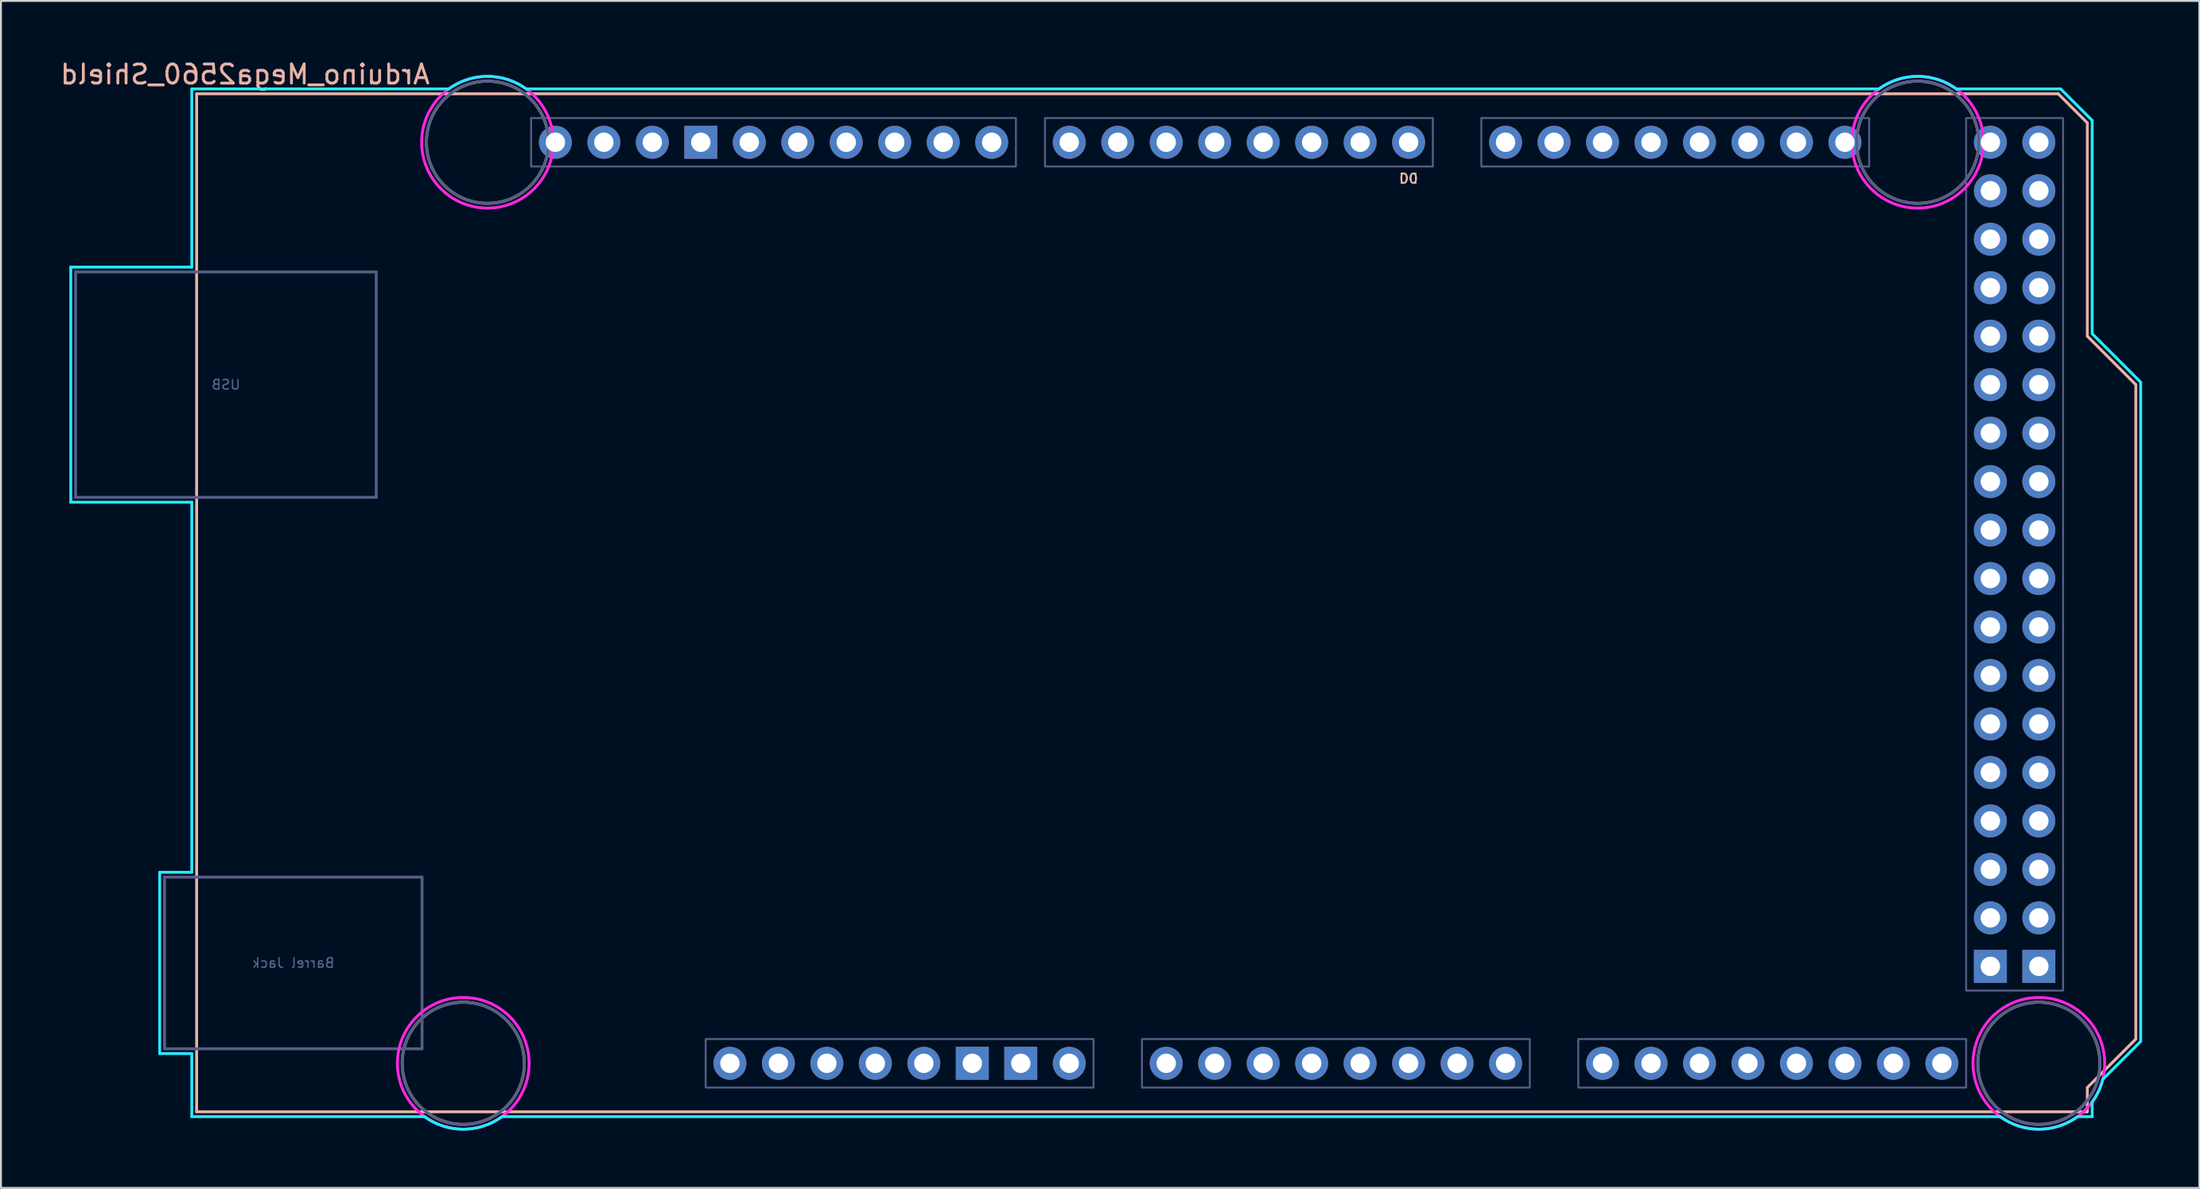
<source format=kicad_pcb>
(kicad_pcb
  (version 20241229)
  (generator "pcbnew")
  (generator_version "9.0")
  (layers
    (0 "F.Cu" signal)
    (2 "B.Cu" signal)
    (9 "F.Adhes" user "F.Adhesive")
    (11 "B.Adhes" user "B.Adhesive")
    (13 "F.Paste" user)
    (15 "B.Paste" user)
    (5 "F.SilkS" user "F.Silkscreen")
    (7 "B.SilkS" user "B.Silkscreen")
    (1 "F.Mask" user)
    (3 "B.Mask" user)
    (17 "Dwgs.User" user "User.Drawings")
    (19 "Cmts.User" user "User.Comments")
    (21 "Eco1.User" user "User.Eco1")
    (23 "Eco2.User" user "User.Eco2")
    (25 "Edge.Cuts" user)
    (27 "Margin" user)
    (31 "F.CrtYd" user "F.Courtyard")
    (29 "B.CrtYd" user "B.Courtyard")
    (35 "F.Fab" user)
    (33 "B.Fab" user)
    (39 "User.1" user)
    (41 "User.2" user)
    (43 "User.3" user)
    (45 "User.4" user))
  (footprint "Arduino_Mega2560_Shield"
    (layer "F.Cu")
    (at 7.252 55.204)
    (property "Reference" "Arduino_Mega2560_Shield" (at 2.54 -54.356 0) (layer "B.SilkS") (effects (font (size 1 1) (thickness 0.15)) (justify mirror)))
    (attr through_hole)
    (fp_line (start 0 -53.34) (end 0 0) (stroke (width 0.15) (type solid)) (layer "B.SilkS"))
    (fp_line (start 0 -53.34) (end 97.536 -53.34) (stroke (width 0.15) (type solid)) (layer "B.SilkS"))
    (fp_line (start 0 0) (end 99.06 0) (stroke (width 0.15) (type solid)) (layer "B.SilkS"))
    (fp_line (start 97.536 -53.34) (end 99.06 -51.816) (stroke (width 0.15) (type solid)) (layer "B.SilkS"))
    (fp_line (start 99.06 -40.64) (end 99.06 -51.816) (stroke (width 0.15) (type solid)) (layer "B.SilkS"))
    (fp_line (start 99.06 -1.27) (end 101.6 -3.81) (stroke (width 0.15) (type solid)) (layer "B.SilkS"))
    (fp_line (start 99.06 0) (end 99.06 -1.27) (stroke (width 0.15) (type solid)) (layer "B.SilkS"))
    (fp_line (start 101.6 -38.1) (end 99.06 -40.64) (stroke (width 0.15) (type solid)) (layer "B.SilkS"))
    (fp_line (start 101.6 -3.81) (end 101.6 -38.1) (stroke (width 0.15) (type solid)) (layer "B.SilkS"))
    (fp_line (start -6.594 -44.258) (end -0.254 -44.258) (stroke (width 0.15) (type solid)) (layer "B.CrtYd"))
    (fp_line (start -6.594 -31.94) (end -6.594 -44.258) (stroke (width 0.15) (type solid)) (layer "B.CrtYd"))
    (fp_line (start -1.934 -12.548) (end -1.934 -3.049) (stroke (width 0.15) (type solid)) (layer "B.CrtYd"))
    (fp_line (start -1.934 -12.548) (end -0.254 -12.548) (stroke (width 0.15) (type solid)) (layer "B.CrtYd"))
    (fp_line (start -1.934 -3.049) (end -0.254 -3.049) (stroke (width 0.15) (type solid)) (layer "B.CrtYd"))
    (fp_line (start -0.254 -53.594) (end -0.254 -44.258) (stroke (width 0.15) (type solid)) (layer "B.CrtYd"))
    (fp_line (start -0.254 -31.94) (end -6.594 -31.94) (stroke (width 0.15) (type solid)) (layer "B.CrtYd"))
    (fp_line (start -0.254 -31.94) (end -0.254 -12.548) (stroke (width 0.15) (type solid)) (layer "B.CrtYd"))
    (fp_line (start -0.254 -3.049) (end -0.254 0.254) (stroke (width 0.15) (type solid)) (layer "B.CrtYd"))
    (fp_line (start 11.938 0.254) (end -0.254 0.254) (stroke (width 0.15) (type solid)) (layer "B.CrtYd"))
    (fp_line (start 13.208 -53.594) (end -0.254 -53.594) (stroke (width 0.15) (type solid)) (layer "B.CrtYd"))
    (fp_line (start 16.002 0.254) (end 94.488 0.254) (stroke (width 0.15) (type solid)) (layer "B.CrtYd"))
    (fp_line (start 17.272 -53.594) (end 88.138 -53.594) (stroke (width 0.15) (type solid)) (layer "B.CrtYd"))
    (fp_line (start 97.663 -53.594) (end 92.202 -53.594) (stroke (width 0.15) (type solid)) (layer "B.CrtYd"))
    (fp_line (start 97.663 -53.594) (end 99.314 -51.943) (stroke (width 0.15) (type solid)) (layer "B.CrtYd"))
    (fp_line (start 99.314 -40.767) (end 99.314 -51.943) (stroke (width 0.15) (type solid)) (layer "B.CrtYd"))
    (fp_line (start 99.314 0.254) (end 98.552 0.254) (stroke (width 0.15) (type solid)) (layer "B.CrtYd"))
    (fp_line (start 99.314 0.254) (end 99.314 -0.508) (stroke (width 0.15) (type solid)) (layer "B.CrtYd"))
    (fp_line (start 99.873 -1.702) (end 101.854 -3.683) (stroke (width 0.15) (type solid)) (layer "B.CrtYd"))
    (fp_line (start 101.854 -38.227) (end 99.314 -40.767) (stroke (width 0.15) (type solid)) (layer "B.CrtYd"))
    (fp_line (start 101.854 -3.683) (end 101.854 -38.227) (stroke (width 0.15) (type solid)) (layer "B.CrtYd"))
    (fp_arc (start 13.208 -53.594) (mid 15.24 -54.254237) (end 17.272 -53.594) (stroke (width 0.15) (type solid)) (layer "B.CrtYd"))
    (fp_arc (start 16.002 0.254) (mid 13.97 0.914237) (end 11.938 0.254) (stroke (width 0.15) (type solid)) (layer "B.CrtYd"))
    (fp_arc (start 88.138 -53.594) (mid 90.17 -54.254237) (end 92.202 -53.594) (stroke (width 0.15) (type solid)) (layer "B.CrtYd"))
    (fp_arc (start 98.552 0.254) (mid 96.52 0.914237) (end 94.488 0.254) (stroke (width 0.15) (type solid)) (layer "B.CrtYd"))
    (fp_arc (start 99.8728 -1.7018) (mid 99.650925 -1.077973) (end 99.314 -0.508) (stroke (width 0.15) (type solid)) (layer "B.CrtYd"))
    (fp_circle (center 13.97 -2.54) (end 17.42 -2.54) (stroke (width 0.15) (type solid)) (fill no) (layer "F.CrtYd"))
    (fp_circle (center 15.24 -50.8) (end 18.69 -50.8) (stroke (width 0.15) (type solid)) (fill no) (layer "F.CrtYd"))
    (fp_circle (center 90.17 -50.8) (end 93.62 -50.8) (stroke (width 0.15) (type solid)) (fill no) (layer "F.CrtYd"))
    (fp_circle (center 96.52 -2.54) (end 99.97 -2.54) (stroke (width 0.15) (type solid)) (fill no) (layer "F.CrtYd"))
    (fp_line (start -6.34 -44.004) (end 9.41 -44.004) (stroke (width 0.15) (type solid)) (layer "B.Fab"))
    (fp_line (start -6.34 -32.194) (end -6.34 -44.004) (stroke (width 0.15) (type solid)) (layer "B.Fab"))
    (fp_line (start -6.34 -32.194) (end 9.41 -32.194) (stroke (width 0.15) (type solid)) (layer "B.Fab"))
    (fp_line (start -1.68 -12.294) (end -1.68 -3.303) (stroke (width 0.15) (type solid)) (layer "B.Fab"))
    (fp_line (start -1.68 -12.294) (end 11.81 -12.294) (stroke (width 0.15) (type solid)) (layer "B.Fab"))
    (fp_line (start -1.68 -3.303) (end 11.81 -3.303) (stroke (width 0.15) (type solid)) (layer "B.Fab"))
    (fp_line (start 9.41 -32.194) (end 9.41 -44.004) (stroke (width 0.15) (type solid)) (layer "B.Fab"))
    (fp_line (start 11.81 -12.294) (end 11.81 -3.303) (stroke (width 0.15) (type solid)) (layer "B.Fab"))
    (fp_rect (start 17.526 -52.07) (end 42.926 -49.53) (stroke (width 0.1) (type solid)) (fill no) (layer "B.Fab"))
    (fp_rect (start 26.67 -3.81) (end 46.99 -1.27) (stroke (width 0.1) (type solid)) (fill no) (layer "B.Fab"))
    (fp_rect (start 44.45 -52.07) (end 64.77 -49.53) (stroke (width 0.1) (type solid)) (fill no) (layer "B.Fab"))
    (fp_rect (start 49.53 -3.81) (end 69.85 -1.27) (stroke (width 0.1) (type solid)) (fill no) (layer "B.Fab"))
    (fp_rect (start 67.31 -52.07) (end 87.63 -49.53) (stroke (width 0.1) (type solid)) (fill no) (layer "B.Fab"))
    (fp_rect (start 72.39 -3.81) (end 92.71 -1.27) (stroke (width 0.1) (type solid)) (fill no) (layer "B.Fab"))
    (fp_rect (start 92.71 -52.07) (end 97.79 -6.35) (stroke (width 0.1) (type solid)) (fill no) (layer "B.Fab"))
    (fp_circle (center 13.97 -2.54) (end 17.17 -2.54) (stroke (width 0.15) (type solid)) (fill no) (layer "B.Fab"))
    (fp_circle (center 15.24 -50.8) (end 18.44 -50.8) (stroke (width 0.15) (type solid)) (fill no) (layer "B.Fab"))
    (fp_circle (center 90.17 -50.8) (end 93.37 -50.8) (stroke (width 0.15) (type solid)) (fill no) (layer "B.Fab"))
    (fp_circle (center 96.52 -2.54) (end 99.72 -2.54) (stroke (width 0.15) (type solid)) (fill no) (layer "B.Fab"))
    (fp_circle (center 13.97 -2.54) (end 17.17 -2.54) (stroke (width 0.15) (type solid)) (fill no) (layer "F.Fab"))
    (fp_circle (center 15.24 -50.8) (end 18.44 -50.8) (stroke (width 0.15) (type solid)) (fill no) (layer "F.Fab"))
    (fp_circle (center 90.17 -50.8) (end 93.37 -50.8) (stroke (width 0.15) (type solid)) (fill no) (layer "F.Fab"))
    (fp_circle (center 96.52 -2.54) (end 99.72 -2.54) (stroke (width 0.15) (type solid)) (fill no) (layer "F.Fab"))
    (fp_text user "D0" (at 63.5 -48.895 0) (unlocked yes) (layer "F.SilkS") (effects (font (size 0.5 0.5) (thickness 0.075))))
    (fp_text user "D0" (at 63.5 -48.895 0) (unlocked yes) (layer "B.SilkS") (effects (font (size 0.5 0.5) (thickness 0.075)) (justify mirror)))
    (fp_text user "Barrel Jack" (at 5.065 -7.798 0) (layer "B.Fab") (effects (font (size 0.5 0.5) (thickness 0.075)) (justify mirror)))
    (fp_text user "USB" (at 1.535 -38.099 0) (layer "B.Fab") (effects (font (size 0.5 0.5) (thickness 0.075)) (justify mirror)))
    (pad "" thru_hole oval (at 27.94 -2.54) (size 1.727 1.727) (drill 1.016) (layers "*.Cu" "*.Mask"))
    (pad "3V3" thru_hole oval (at 35.56 -2.54) (size 1.727 1.727) (drill 1.016) (layers "*.Cu" "*.Mask"))
    (pad "5V1" thru_hole oval (at 38.1 -2.54) (size 1.727 1.727) (drill 1.016) (layers "*.Cu" "*.Mask"))
    (pad "5V3" thru_hole oval (at 93.98 -50.8) (size 1.727 1.727) (drill 1.016) (layers "*.Cu" "*.Mask"))
    (pad "5V4" thru_hole oval (at 96.52 -50.8) (size 1.727 1.727) (drill 1.016) (layers "*.Cu" "*.Mask"))
    (pad "A0" thru_hole oval (at 50.8 -2.54) (size 1.727 1.727) (drill 1.016) (layers "*.Cu" "*.Mask"))
    (pad "A1" thru_hole oval (at 53.34 -2.54) (size 1.727 1.727) (drill 1.016) (layers "*.Cu" "*.Mask"))
    (pad "A2" thru_hole oval (at 55.88 -2.54) (size 1.727 1.727) (drill 1.016) (layers "*.Cu" "*.Mask"))
    (pad "A3" thru_hole oval (at 58.42 -2.54) (size 1.727 1.727) (drill 1.016) (layers "*.Cu" "*.Mask"))
    (pad "A4" thru_hole oval (at 60.96 -2.54) (size 1.727 1.727) (drill 1.016) (layers "*.Cu" "*.Mask"))
    (pad "A5" thru_hole oval (at 63.5 -2.54) (size 1.727 1.727) (drill 1.016) (layers "*.Cu" "*.Mask"))
    (pad "A6" thru_hole oval (at 66.04 -2.54) (size 1.727 1.727) (drill 1.016) (layers "*.Cu" "*.Mask"))
    (pad "A7" thru_hole oval (at 68.58 -2.54) (size 1.727 1.727) (drill 1.016) (layers "*.Cu" "*.Mask"))
    (pad "A8" thru_hole oval (at 73.66 -2.54) (size 1.727 1.727) (drill 1.016) (layers "*.Cu" "*.Mask"))
    (pad "A9" thru_hole oval (at 76.2 -2.54) (size 1.727 1.727) (drill 1.016) (layers "*.Cu" "*.Mask"))
    (pad "A10" thru_hole oval (at 78.74 -2.54) (size 1.727 1.727) (drill 1.016) (layers "*.Cu" "*.Mask"))
    (pad "A11" thru_hole oval (at 81.28 -2.54) (size 1.727 1.727) (drill 1.016) (layers "*.Cu" "*.Mask"))
    (pad "A12" thru_hole oval (at 83.82 -2.54) (size 1.727 1.727) (drill 1.016) (layers "*.Cu" "*.Mask"))
    (pad "A13" thru_hole oval (at 86.36 -2.54) (size 1.727 1.727) (drill 1.016) (layers "*.Cu" "*.Mask"))
    (pad "A14" thru_hole oval (at 88.9 -2.54) (size 1.727 1.727) (drill 1.016) (layers "*.Cu" "*.Mask"))
    (pad "A15" thru_hole oval (at 91.44 -2.54) (size 1.727 1.727) (drill 1.016) (layers "*.Cu" "*.Mask"))
    (pad "AREF" thru_hole oval (at 23.876 -50.8) (size 1.727 1.727) (drill 1.016) (layers "*.Cu" "*.Mask"))
    (pad "D0" thru_hole oval (at 63.5 -50.8) (size 1.727 1.727) (drill 1.016) (layers "*.Cu" "*.Mask"))
    (pad "D1" thru_hole oval (at 60.96 -50.8) (size 1.727 1.727) (drill 1.016) (layers "*.Cu" "*.Mask"))
    (pad "D2" thru_hole oval (at 58.42 -50.8) (size 1.727 1.727) (drill 1.016) (layers "*.Cu" "*.Mask"))
    (pad "D3" thru_hole oval (at 55.88 -50.8) (size 1.727 1.727) (drill 1.016) (layers "*.Cu" "*.Mask"))
    (pad "D4" thru_hole oval (at 53.34 -50.8) (size 1.727 1.727) (drill 1.016) (layers "*.Cu" "*.Mask"))
    (pad "D5" thru_hole oval (at 50.8 -50.8) (size 1.727 1.727) (drill 1.016) (layers "*.Cu" "*.Mask"))
    (pad "D6" thru_hole oval (at 48.26 -50.8) (size 1.727 1.727) (drill 1.016) (layers "*.Cu" "*.Mask"))
    (pad "D7" thru_hole oval (at 45.72 -50.8) (size 1.727 1.727) (drill 1.016) (layers "*.Cu" "*.Mask"))
    (pad "D8" thru_hole oval (at 41.656 -50.8) (size 1.727 1.727) (drill 1.016) (layers "*.Cu" "*.Mask"))
    (pad "D9" thru_hole oval (at 39.116 -50.8) (size 1.727 1.727) (drill 1.016) (layers "*.Cu" "*.Mask"))
    (pad "D10" thru_hole oval (at 36.576 -50.8) (size 1.727 1.727) (drill 1.016) (layers "*.Cu" "*.Mask"))
    (pad "D11" thru_hole oval (at 34.036 -50.8) (size 1.727 1.727) (drill 1.016) (layers "*.Cu" "*.Mask"))
    (pad "D12" thru_hole oval (at 31.496 -50.8) (size 1.727 1.727) (drill 1.016) (layers "*.Cu" "*.Mask"))
    (pad "D13" thru_hole oval (at 28.956 -50.8) (size 1.727 1.727) (drill 1.016) (layers "*.Cu" "*.Mask"))
    (pad "D14" thru_hole oval (at 68.58 -50.8) (size 1.727 1.727) (drill 1.016) (layers "*.Cu" "*.Mask"))
    (pad "D15" thru_hole oval (at 71.12 -50.8) (size 1.727 1.727) (drill 1.016) (layers "*.Cu" "*.Mask"))
    (pad "D16" thru_hole oval (at 73.66 -50.8) (size 1.727 1.727) (drill 1.016) (layers "*.Cu" "*.Mask"))
    (pad "D17" thru_hole oval (at 76.2 -50.8) (size 1.727 1.727) (drill 1.016) (layers "*.Cu" "*.Mask"))
    (pad "D18" thru_hole oval (at 78.74 -50.8) (size 1.727 1.727) (drill 1.016) (layers "*.Cu" "*.Mask"))
    (pad "D19" thru_hole oval (at 81.28 -50.8) (size 1.727 1.727) (drill 1.016) (layers "*.Cu" "*.Mask"))
    (pad "D20" thru_hole oval (at 83.82 -50.8) (size 1.727 1.727) (drill 1.016) (layers "*.Cu" "*.Mask"))
    (pad "D21" thru_hole oval (at 86.36 -50.8) (size 1.727 1.727) (drill 1.016) (layers "*.Cu" "*.Mask"))
    (pad "D22" thru_hole oval (at 93.98 -48.26) (size 1.727 1.727) (drill 1.016) (layers "*.Cu" "*.Mask"))
    (pad "D23" thru_hole oval (at 96.52 -48.26) (size 1.727 1.727) (drill 1.016) (layers "*.Cu" "*.Mask"))
    (pad "D24" thru_hole oval (at 93.98 -45.72) (size 1.727 1.727) (drill 1.016) (layers "*.Cu" "*.Mask"))
    (pad "D25" thru_hole oval (at 96.52 -45.72) (size 1.727 1.727) (drill 1.016) (layers "*.Cu" "*.Mask"))
    (pad "D26" thru_hole oval (at 93.98 -43.18) (size 1.727 1.727) (drill 1.016) (layers "*.Cu" "*.Mask"))
    (pad "D27" thru_hole oval (at 96.52 -43.18) (size 1.727 1.727) (drill 1.016) (layers "*.Cu" "*.Mask"))
    (pad "D28" thru_hole oval (at 93.98 -40.64) (size 1.727 1.727) (drill 1.016) (layers "*.Cu" "*.Mask"))
    (pad "D29" thru_hole oval (at 96.52 -40.64) (size 1.727 1.727) (drill 1.016) (layers "*.Cu" "*.Mask"))
    (pad "D30" thru_hole oval (at 93.98 -38.1) (size 1.727 1.727) (drill 1.016) (layers "*.Cu" "*.Mask"))
    (pad "D31" thru_hole oval (at 96.52 -38.1) (size 1.727 1.727) (drill 1.016) (layers "*.Cu" "*.Mask"))
    (pad "D32" thru_hole oval (at 93.98 -35.56) (size 1.727 1.727) (drill 1.016) (layers "*.Cu" "*.Mask"))
    (pad "D33" thru_hole oval (at 96.52 -35.56) (size 1.727 1.727) (drill 1.016) (layers "*.Cu" "*.Mask"))
    (pad "D34" thru_hole oval (at 93.98 -33.02) (size 1.727 1.727) (drill 1.016) (layers "*.Cu" "*.Mask"))
    (pad "D35" thru_hole oval (at 96.52 -33.02) (size 1.727 1.727) (drill 1.016) (layers "*.Cu" "*.Mask"))
    (pad "D36" thru_hole oval (at 93.98 -30.48) (size 1.727 1.727) (drill 1.016) (layers "*.Cu" "*.Mask"))
    (pad "D37" thru_hole oval (at 96.52 -30.48) (size 1.727 1.727) (drill 1.016) (layers "*.Cu" "*.Mask"))
    (pad "D38" thru_hole oval (at 93.98 -27.94) (size 1.727 1.727) (drill 1.016) (layers "*.Cu" "*.Mask"))
    (pad "D39" thru_hole oval (at 96.52 -27.94) (size 1.727 1.727) (drill 1.016) (layers "*.Cu" "*.Mask"))
    (pad "D40" thru_hole oval (at 93.98 -25.4) (size 1.727 1.727) (drill 1.016) (layers "*.Cu" "*.Mask"))
    (pad "D41" thru_hole oval (at 96.52 -25.4) (size 1.727 1.727) (drill 1.016) (layers "*.Cu" "*.Mask"))
    (pad "D42" thru_hole oval (at 93.98 -22.86) (size 1.727 1.727) (drill 1.016) (layers "*.Cu" "*.Mask"))
    (pad "D43" thru_hole oval (at 96.52 -22.86) (size 1.727 1.727) (drill 1.016) (layers "*.Cu" "*.Mask"))
    (pad "D44" thru_hole oval (at 93.98 -20.32) (size 1.727 1.727) (drill 1.016) (layers "*.Cu" "*.Mask"))
    (pad "D45" thru_hole oval (at 96.52 -20.32) (size 1.727 1.727) (drill 1.016) (layers "*.Cu" "*.Mask"))
    (pad "D46" thru_hole oval (at 93.98 -17.78) (size 1.727 1.727) (drill 1.016) (layers "*.Cu" "*.Mask"))
    (pad "D47" thru_hole oval (at 96.52 -17.78) (size 1.727 1.727) (drill 1.016) (layers "*.Cu" "*.Mask"))
    (pad "D48" thru_hole oval (at 93.98 -15.24) (size 1.727 1.727) (drill 1.016) (layers "*.Cu" "*.Mask"))
    (pad "D49" thru_hole oval (at 96.52 -15.24) (size 1.727 1.727) (drill 1.016) (layers "*.Cu" "*.Mask"))
    (pad "D50" thru_hole oval (at 93.98 -12.7) (size 1.727 1.727) (drill 1.016) (layers "*.Cu" "*.Mask"))
    (pad "D51" thru_hole oval (at 96.52 -12.7) (size 1.727 1.727) (drill 1.016) (layers "*.Cu" "*.Mask"))
    (pad "D52" thru_hole oval (at 93.98 -10.16) (size 1.727 1.727) (drill 1.016) (layers "*.Cu" "*.Mask"))
    (pad "D53" thru_hole oval (at 96.52 -10.16) (size 1.727 1.727) (drill 1.016) (layers "*.Cu" "*.Mask"))
    (pad "GND1" thru_hole rect (at 26.416 -50.8) (size 1.727 1.727) (drill 1.016) (layers "*.Cu" "*.Mask"))
    (pad "GND2" thru_hole rect (at 40.64 -2.54) (size 1.727 1.727) (drill 1.016) (layers "*.Cu" "*.Mask"))
    (pad "GND3" thru_hole rect (at 43.18 -2.54) (size 1.727 1.727) (drill 1.016) (layers "*.Cu" "*.Mask"))
    (pad "GND5" thru_hole rect (at 93.98 -7.62) (size 1.727 1.727) (drill 1.016) (layers "*.Cu" "*.Mask"))
    (pad "GND6" thru_hole rect (at 96.52 -7.62) (size 1.727 1.727) (drill 1.016) (layers "*.Cu" "*.Mask"))
    (pad "IORF" thru_hole oval (at 30.48 -2.54) (size 1.727 1.727) (drill 1.016) (layers "*.Cu" "*.Mask"))
    (pad "RST1" thru_hole oval (at 33.02 -2.54) (size 1.727 1.727) (drill 1.016) (layers "*.Cu" "*.Mask"))
    (pad "SCL" thru_hole oval (at 18.796 -50.8) (size 1.727 1.727) (drill 1.016) (layers "*.Cu" "*.Mask"))
    (pad "SDA" thru_hole oval (at 21.336 -50.8) (size 1.727 1.727) (drill 1.016) (layers "*.Cu" "*.Mask"))
    (pad "VIN" thru_hole oval (at 45.72 -2.54) (size 1.727 1.727) (drill 1.016) (layers "*.Cu" "*.Mask")))
  (gr_rect
    (start -3 -3)
    (end 112.181 59.193)
    (stroke (width 0.1) (type default))
    (fill no)
    (layer "Edge.Cuts")))
</source>
